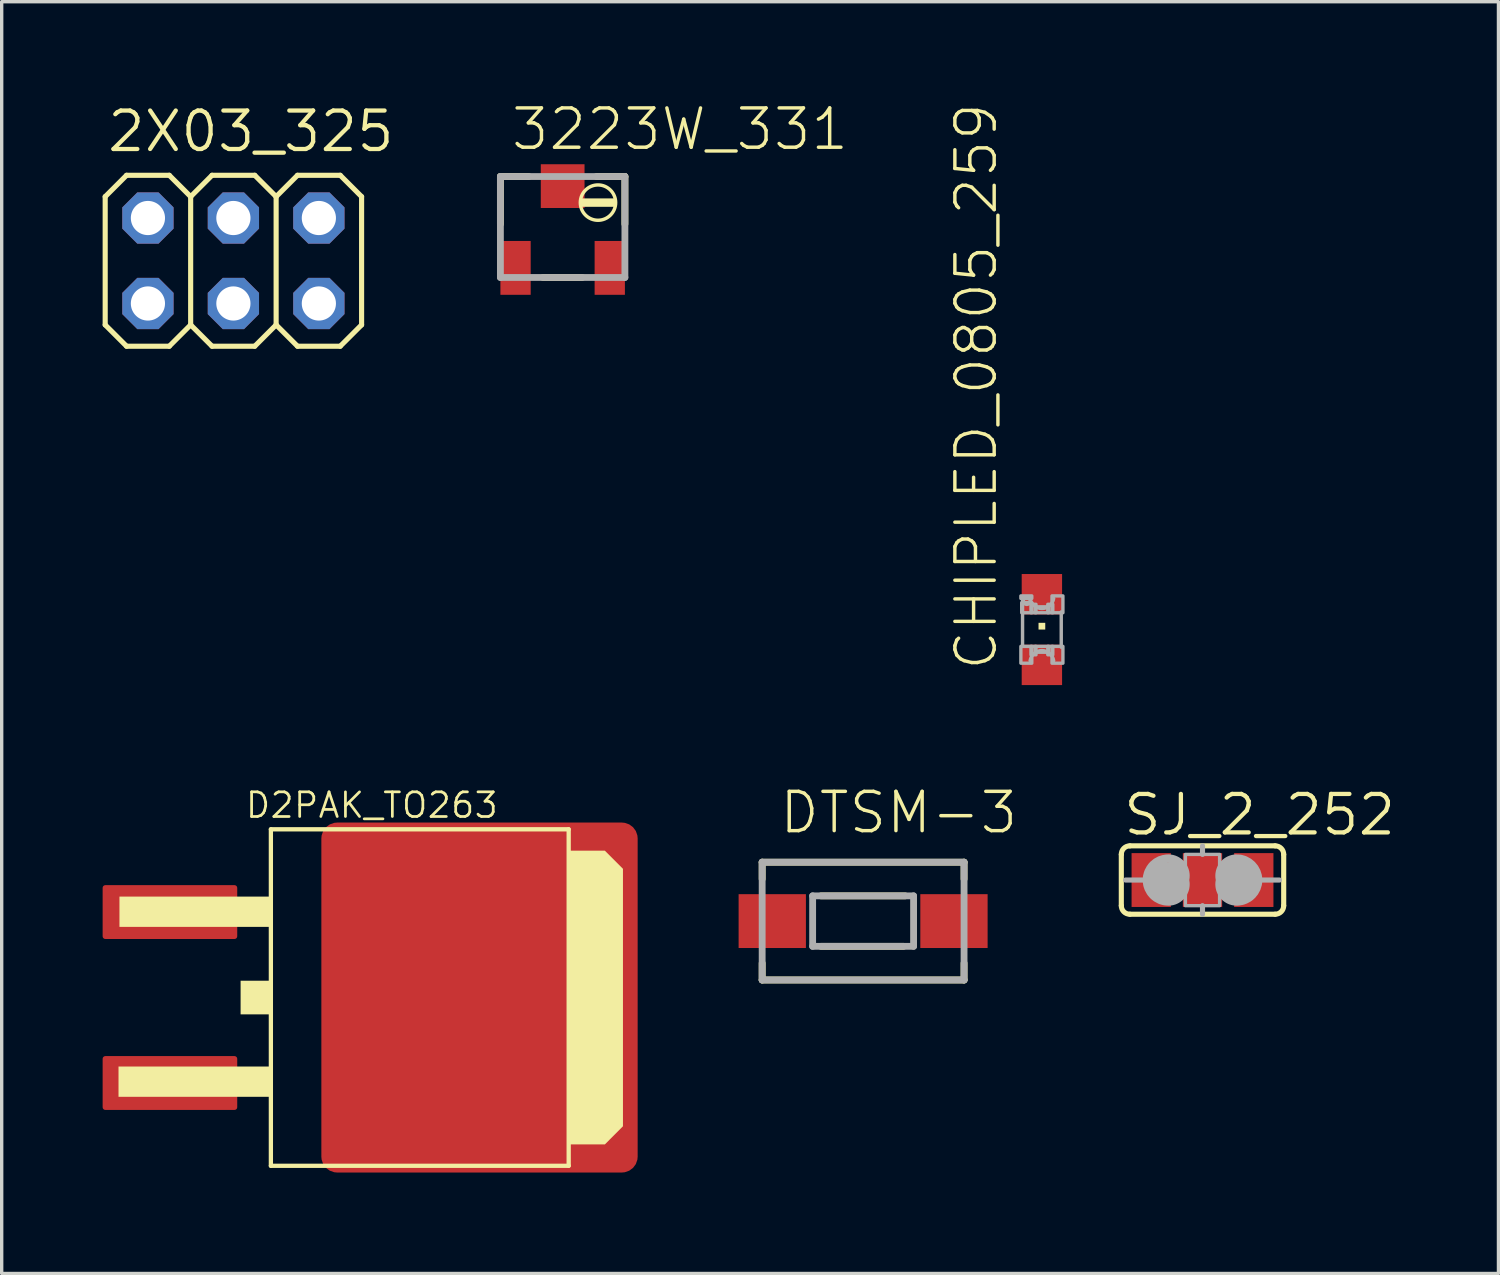
<source format=kicad_pcb>
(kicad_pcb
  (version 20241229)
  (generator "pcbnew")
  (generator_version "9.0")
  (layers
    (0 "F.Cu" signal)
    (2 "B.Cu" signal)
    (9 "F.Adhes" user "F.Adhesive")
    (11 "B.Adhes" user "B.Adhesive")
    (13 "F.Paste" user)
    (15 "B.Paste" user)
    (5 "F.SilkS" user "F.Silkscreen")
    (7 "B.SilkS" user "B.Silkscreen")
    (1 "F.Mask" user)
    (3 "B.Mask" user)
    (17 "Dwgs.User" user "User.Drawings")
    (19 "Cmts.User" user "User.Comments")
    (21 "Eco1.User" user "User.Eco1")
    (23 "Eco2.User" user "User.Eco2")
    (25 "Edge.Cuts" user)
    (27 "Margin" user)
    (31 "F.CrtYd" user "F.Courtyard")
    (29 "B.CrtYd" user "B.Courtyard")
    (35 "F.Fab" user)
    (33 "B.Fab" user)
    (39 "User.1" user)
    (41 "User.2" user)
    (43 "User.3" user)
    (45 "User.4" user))
  (footprint "2X03_325"
    (layer "F.Cu")
    (at 3.886 4.699)
    (property "Reference" "2X03_325" (at -3.81 -3.175 0) (unlocked yes) (layer "F.SilkS") (effects (font (size 1.143 1.143) (thickness 0.127)) (justify left bottom)))
    (fp_line (start -3.81 -1.905) (end -3.175 -2.54) (stroke (width 0.152) (type solid)) (layer "F.SilkS"))
    (fp_line (start -3.81 1.905) (end -3.81 -1.905) (stroke (width 0.152) (type solid)) (layer "F.SilkS"))
    (fp_line (start -3.81 1.905) (end -3.175 2.54) (stroke (width 0.152) (type solid)) (layer "F.SilkS"))
    (fp_line (start -3.175 -2.54) (end -1.905 -2.54) (stroke (width 0.152) (type solid)) (layer "F.SilkS"))
    (fp_line (start -3.175 2.54) (end -1.905 2.54) (stroke (width 0.152) (type solid)) (layer "F.SilkS"))
    (fp_line (start -1.905 -2.54) (end -1.27 -1.905) (stroke (width 0.152) (type solid)) (layer "F.SilkS"))
    (fp_line (start -1.905 2.54) (end -1.27 1.905) (stroke (width 0.152) (type solid)) (layer "F.SilkS"))
    (fp_line (start -1.27 -1.905) (end -1.27 1.905) (stroke (width 0.152) (type solid)) (layer "F.SilkS"))
    (fp_line (start -1.27 -1.905) (end -0.635 -2.54) (stroke (width 0.152) (type solid)) (layer "F.SilkS"))
    (fp_line (start -1.27 1.905) (end -0.635 2.54) (stroke (width 0.152) (type solid)) (layer "F.SilkS"))
    (fp_line (start -0.635 -2.54) (end 0.635 -2.54) (stroke (width 0.152) (type solid)) (layer "F.SilkS"))
    (fp_line (start -0.635 2.54) (end 0.635 2.54) (stroke (width 0.152) (type solid)) (layer "F.SilkS"))
    (fp_line (start 0.635 -2.54) (end 1.27 -1.905) (stroke (width 0.152) (type solid)) (layer "F.SilkS"))
    (fp_line (start 0.635 2.54) (end 1.27 1.905) (stroke (width 0.152) (type solid)) (layer "F.SilkS"))
    (fp_line (start 1.27 -1.905) (end 1.27 1.905) (stroke (width 0.152) (type solid)) (layer "F.SilkS"))
    (fp_line (start 1.27 -1.905) (end 1.905 -2.54) (stroke (width 0.152) (type solid)) (layer "F.SilkS"))
    (fp_line (start 1.27 1.905) (end 1.905 2.54) (stroke (width 0.152) (type solid)) (layer "F.SilkS"))
    (fp_line (start 1.905 -2.54) (end 3.175 -2.54) (stroke (width 0.152) (type solid)) (layer "F.SilkS"))
    (fp_line (start 1.905 2.54) (end 3.175 2.54) (stroke (width 0.152) (type solid)) (layer "F.SilkS"))
    (fp_line (start 3.175 -2.54) (end 3.81 -1.905) (stroke (width 0.152) (type solid)) (layer "F.SilkS"))
    (fp_line (start 3.175 2.54) (end 3.81 1.905) (stroke (width 0.152) (type solid)) (layer "F.SilkS"))
    (fp_line (start 3.81 -1.905) (end 3.81 1.905) (stroke (width 0.152) (type solid)) (layer "F.SilkS"))
    (fp_poly (pts (xy -2.794 -1.016) (xy -2.286 -1.016) (xy -2.286 -1.524) (xy -2.794 -1.524)) (stroke (width 0.1) (type default)) (fill no) (layer "F.Fab"))
    (fp_poly (pts (xy -2.794 1.524) (xy -2.286 1.524) (xy -2.286 1.016) (xy -2.794 1.016)) (stroke (width 0.1) (type default)) (fill no) (layer "F.Fab"))
    (fp_poly (pts (xy -0.254 -1.016) (xy 0.254 -1.016) (xy 0.254 -1.524) (xy -0.254 -1.524)) (stroke (width 0.1) (type default)) (fill no) (layer "F.Fab"))
    (fp_poly (pts (xy -0.254 1.524) (xy 0.254 1.524) (xy 0.254 1.016) (xy -0.254 1.016)) (stroke (width 0.1) (type default)) (fill no) (layer "F.Fab"))
    (fp_poly (pts (xy 2.286 -1.016) (xy 2.794 -1.016) (xy 2.794 -1.524) (xy 2.286 -1.524)) (stroke (width 0.1) (type default)) (fill no) (layer "F.Fab"))
    (fp_poly (pts (xy 2.286 1.524) (xy 2.794 1.524) (xy 2.794 1.016) (xy 2.286 1.016)) (stroke (width 0.1) (type default)) (fill no) (layer "F.Fab"))
    (pad "1" thru_hole roundrect (at -2.54 1.27) (size 1.524 1.524) (drill 1.016) (layers "*.Cu" "*.Mask") (roundrect_rratio 0.25) (chamfer_ratio 0.293) (chamfer top_left top_right bottom_left bottom_right))
    (pad "2" thru_hole roundrect (at -2.54 -1.27) (size 1.524 1.524) (drill 1.016) (layers "*.Cu" "*.Mask") (roundrect_rratio 0.25) (chamfer_ratio 0.293) (chamfer top_left top_right bottom_left bottom_right))
    (pad "3" thru_hole roundrect (at 0 1.27) (size 1.524 1.524) (drill 1.016) (layers "*.Cu" "*.Mask") (roundrect_rratio 0.25) (chamfer_ratio 0.293) (chamfer top_left top_right bottom_left bottom_right))
    (pad "4" thru_hole roundrect (at 0 -1.27) (size 1.524 1.524) (drill 1.016) (layers "*.Cu" "*.Mask") (roundrect_rratio 0.25) (chamfer_ratio 0.293) (chamfer top_left top_right bottom_left bottom_right))
    (pad "5" thru_hole roundrect (at 2.54 1.27) (size 1.524 1.524) (drill 1.016) (layers "*.Cu" "*.Mask") (roundrect_rratio 0.25) (chamfer_ratio 0.293) (chamfer top_left top_right bottom_left bottom_right))
    (pad "6" thru_hole roundrect (at 2.54 -1.27) (size 1.524 1.524) (drill 1.016) (layers "*.Cu" "*.Mask") (roundrect_rratio 0.25) (chamfer_ratio 0.293) (chamfer top_left top_right bottom_left bottom_right)))
  (footprint "SJ_2_252"
    (layer "F.Cu")
    (at 32.686 23.103)
    (property "Reference" "SJ_2_252" (at -2.413 -1.27 0) (unlocked yes) (layer "F.SilkS") (effects (font (size 1.143 1.143) (thickness 0.127)) (justify left bottom)))
    (fp_line (start -2.413 0.762) (end -2.413 -0.762) (stroke (width 0.152) (type solid)) (layer "F.SilkS"))
    (fp_line (start -2.159 -1.016) (end 2.159 -1.016) (stroke (width 0.152) (type solid)) (layer "F.SilkS"))
    (fp_line (start 2.159 1.016) (end -2.159 1.016) (stroke (width 0.152) (type solid)) (layer "F.SilkS"))
    (fp_line (start 2.413 0.762) (end 2.413 -0.762) (stroke (width 0.152) (type solid)) (layer "F.SilkS"))
    (fp_arc (start -2.413 -0.762) (mid -2.338605 -0.941605) (end -2.159 -1.016) (stroke (width 0.1524) (type solid)) (layer "F.SilkS"))
    (fp_arc (start -2.159 1.016) (mid -2.338605 0.941605) (end -2.413 0.762) (stroke (width 0.1524) (type solid)) (layer "F.SilkS"))
    (fp_arc (start 2.159 -1.016) (mid 2.338605 -0.941605) (end 2.413 -0.762) (stroke (width 0.1524) (type solid)) (layer "F.SilkS"))
    (fp_arc (start 2.413 0.762) (mid 2.338605 0.941605) (end 2.159 1.016) (stroke (width 0.1524) (type solid)) (layer "F.SilkS"))
    (fp_line (start -1.778 0) (end -2.286 0) (stroke (width 0.152) (type solid)) (layer "F.Fab"))
    (fp_line (start 0 -0.762) (end 0 -1.016) (stroke (width 0.152) (type solid)) (layer "F.Fab"))
    (fp_line (start 0 1.016) (end 0 0.762) (stroke (width 0.152) (type solid)) (layer "F.Fab"))
    (fp_line (start 1.778 0) (end 2.286 0) (stroke (width 0.152) (type solid)) (layer "F.Fab"))
    (fp_arc (start -1.016 0.127) (mid -1.143 0) (end -1.016 -0.127) (stroke (width 1.27) (type solid)) (layer "F.Fab"))
    (fp_arc (start 1.016 -0.127) (mid 1.143 0) (end 1.016 0.127) (stroke (width 1.27) (type solid)) (layer "F.Fab"))
    (fp_poly (pts (xy -0.508 0.762) (xy 0.508 0.762) (xy 0.508 -0.762) (xy -0.508 -0.762)) (stroke (width 0.1) (type default)) (fill no) (layer "F.Fab"))
    (pad "1" smd rect (at -1.524 0) (size 1.168 1.6) (layers "F.Cu" "F.Mask" "F.Paste"))
    (pad "2" smd rect (at 0 0) (size 1.168 1.6) (layers "F.Cu" "F.Mask" "F.Paste"))
    (pad "3" smd rect (at 1.524 0) (size 1.168 1.6) (layers "F.Cu" "F.Mask" "F.Paste")))
  (footprint "CHIPLED_0805_259"
    (layer "F.Cu")
    (at 27.913 15.659)
    (property "Reference" "CHIPLED_0805_259" (at -1.27 1.27 90) (unlocked yes) (layer "F.SilkS") (effects (font (size 1.168 1.168) (thickness 0.102)) (justify left bottom)))
    (fp_poly (pts (xy -0.1 0) (xy 0.1 0) (xy 0.1 -0.2) (xy -0.1 -0.2)) (stroke (width 0) (type default)) (fill yes) (layer "F.SilkS"))
    (fp_line (start -0.575 0.5) (end -0.575 -0.925) (stroke (width 0.102) (type solid)) (layer "F.Fab"))
    (fp_line (start 0.575 -0.525) (end 0.575 0.525) (stroke (width 0.102) (type solid)) (layer "F.Fab"))
    (fp_arc (start -0.35 0.925) (mid -0.000001 0.625027) (end 0.35 0.924998) (stroke (width 0.1016) (type solid)) (layer "F.Fab"))
    (fp_arc (start 0.35 -0.924998) (mid -0.000001 -0.625027) (end -0.35 -0.925) (stroke (width 0.1016) (type solid)) (layer "F.Fab"))
    (fp_circle (center -0.45 -0.85) (end -0.347 -0.85) (stroke (width 0.102) (type solid)) (fill no) (layer "F.Fab"))
    (fp_poly (pts (xy -0.625 -0.925) (xy -0.3 -0.925) (xy -0.3 -1) (xy -0.625 -1)) (stroke (width 0.1) (type default)) (fill no) (layer "F.Fab"))
    (fp_poly (pts (xy -0.625 1) (xy -0.3 1) (xy -0.3 0.5) (xy -0.625 0.5)) (stroke (width 0.1) (type default)) (fill no) (layer "F.Fab"))
    (fp_poly (pts (xy -0.6 -0.5) (xy -0.3 -0.5) (xy -0.3 -0.8) (xy -0.6 -0.8)) (stroke (width 0.1) (type default)) (fill no) (layer "F.Fab"))
    (fp_poly (pts (xy -0.325 -0.5) (xy -0.175 -0.5) (xy -0.175 -0.75) (xy -0.325 -0.75)) (stroke (width 0.1) (type default)) (fill no) (layer "F.Fab"))
    (fp_poly (pts (xy -0.325 0.75) (xy -0.175 0.75) (xy -0.175 0.5) (xy -0.325 0.5)) (stroke (width 0.1) (type default)) (fill no) (layer "F.Fab"))
    (fp_poly (pts (xy -0.2 -0.5) (xy 0.2 -0.5) (xy 0.2 -0.675) (xy -0.2 -0.675)) (stroke (width 0.1) (type default)) (fill no) (layer "F.Fab"))
    (fp_poly (pts (xy -0.2 0.675) (xy 0.2 0.675) (xy 0.2 0.5) (xy -0.2 0.5)) (stroke (width 0.1) (type default)) (fill no) (layer "F.Fab"))
    (fp_poly (pts (xy 0.175 -0.5) (xy 0.325 -0.5) (xy 0.325 -0.75) (xy 0.175 -0.75)) (stroke (width 0.1) (type default)) (fill no) (layer "F.Fab"))
    (fp_poly (pts (xy 0.175 0.75) (xy 0.325 0.75) (xy 0.325 0.5) (xy 0.175 0.5)) (stroke (width 0.1) (type default)) (fill no) (layer "F.Fab"))
    (fp_poly (pts (xy 0.3 -0.5) (xy 0.625 -0.5) (xy 0.625 -1) (xy 0.3 -1)) (stroke (width 0.1) (type default)) (fill no) (layer "F.Fab"))
    (fp_poly (pts (xy 0.3 1) (xy 0.625 1) (xy 0.625 0.5) (xy 0.3 0.5)) (stroke (width 0.1) (type default)) (fill no) (layer "F.Fab"))
    (pad "A" smd rect (at 0 1.05) (size 1.2 1.2) (layers "F.Cu" "F.Mask" "F.Paste"))
    (pad "C" smd rect (at 0 -1.05) (size 1.2 1.2) (layers "F.Cu" "F.Mask" "F.Paste")))
  (footprint "DTSM-3"
    (layer "F.Cu")
    (at 22.6 24.323)
    (property "Reference" "DTSM-3" (at -2.54 -2.54 0) (unlocked yes) (layer "F.SilkS") (effects (font (size 1.168 1.168) (thickness 0.102)) (justify left bottom)))
    (fp_line (start -3 -1.75) (end -3 -1.25) (stroke (width 0.203) (type solid)) (layer "F.SilkS"))
    (fp_line (start -3 -1.75) (end 3 -1.75) (stroke (width 0.203) (type solid)) (layer "F.SilkS"))
    (fp_line (start -3 1.75) (end -3 1.25) (stroke (width 0.203) (type solid)) (layer "F.SilkS"))
    (fp_line (start -1.25 -0.75) (end 1.25 -0.75) (stroke (width 0.203) (type solid)) (layer "F.SilkS"))
    (fp_line (start -1.25 0.75) (end 1.2 0.75) (stroke (width 0.203) (type solid)) (layer "F.SilkS"))
    (fp_line (start 3 -1.75) (end 3 -1.25) (stroke (width 0.203) (type solid)) (layer "F.SilkS"))
    (fp_line (start 3 1.25) (end 3 1.75) (stroke (width 0.203) (type solid)) (layer "F.SilkS"))
    (fp_line (start 3 1.75) (end -3 1.75) (stroke (width 0.203) (type solid)) (layer "F.SilkS"))
    (fp_line (start -3 -1.75) (end 3 -1.75) (stroke (width 0.203) (type solid)) (layer "F.Fab"))
    (fp_line (start -3 1.75) (end -3 -1.75) (stroke (width 0.203) (type solid)) (layer "F.Fab"))
    (fp_line (start -1.5 -0.75) (end 1.5 -0.75) (stroke (width 0.203) (type solid)) (layer "F.Fab"))
    (fp_line (start -1.5 0.75) (end -1.5 -0.75) (stroke (width 0.203) (type solid)) (layer "F.Fab"))
    (fp_line (start 1.5 -0.75) (end 1.5 0.75) (stroke (width 0.203) (type solid)) (layer "F.Fab"))
    (fp_line (start 1.5 0.75) (end -1.5 0.75) (stroke (width 0.203) (type solid)) (layer "F.Fab"))
    (fp_line (start 3 -1.75) (end 3 1.75) (stroke (width 0.203) (type solid)) (layer "F.Fab"))
    (fp_line (start 3 1.75) (end -3 1.75) (stroke (width 0.203) (type solid)) (layer "F.Fab"))
    (pad "1" smd rect (at -2.7 0) (size 2 1.6) (layers "F.Cu" "F.Mask" "F.Paste"))
    (pad "2" smd rect (at 2.7 0) (size 2 1.6) (layers "F.Cu" "F.Mask" "F.Paste")))
  (footprint "D2PAK_TO263"
    (layer "F.Cu")
    (at 8 26.595)
    (property "Reference" "D2PAK_TO263" (at 0 -5.715 0) (unlocked yes) (layer "F.SilkS") (effects (font (size 0.732 0.732) (thickness 0.081))))
    (fp_line (start -3 -5) (end 5.85 -5) (stroke (width 0.127) (type solid)) (layer "F.SilkS"))
    (fp_line (start -3 5) (end -3 -5) (stroke (width 0.127) (type solid)) (layer "F.SilkS"))
    (fp_line (start 5.85 -5) (end 5.85 5) (stroke (width 0.127) (type solid)) (layer "F.SilkS"))
    (fp_line (start 5.85 5) (end -3 5) (stroke (width 0.127) (type solid)) (layer "F.SilkS"))
    (fp_poly (pts (xy -7.528 2.05) (xy -7.528 2.95) (xy -3 2.95) (xy -3 2.05)) (stroke (width 0) (type default)) (fill yes) (layer "F.SilkS"))
    (fp_poly (pts (xy -7.5 -3) (xy -7.5 -2.1) (xy -3 -2.1) (xy -3 -3)) (stroke (width 0) (type default)) (fill yes) (layer "F.SilkS"))
    (fp_poly (pts (xy -3.9 -0.5) (xy -3.9 0.5) (xy -3 0.5) (xy -3 -0.5)) (stroke (width 0) (type default)) (fill yes) (layer "F.SilkS"))
    (fp_poly (pts (xy 7.463 -3.826) (xy 7.463 3.826) (xy 6.926 4.364) (xy 5.837 4.364) (xy 5.837 -4.364) (xy 6.926 -4.364)) (stroke (width 0) (type default)) (fill yes) (layer "F.SilkS"))
    (pad "1" smd roundrect (at -6 -2.54 270) (size 1.6 4) (layers "F.Cu" "F.Mask" "F.Paste") (roundrect_rratio 0.05))
    (pad "2" smd roundrect (at 3.2 0 270) (size 10.4 9.4) (layers "F.Cu" "F.Mask" "F.Paste") (roundrect_rratio 0.05))
    (pad "3" smd roundrect (at -6 2.54 270) (size 1.6 4) (layers "F.Cu" "F.Mask" "F.Paste") (roundrect_rratio 0.05)))
  (footprint "3223W_331"
    (layer "F.Cu")
    (at 13.671 3.696)
    (property "Reference" "3223W_331" (at -1.587 -2.223 0) (unlocked yes) (layer "F.SilkS") (effects (font (size 1.168 1.168) (thickness 0.102)) (justify left bottom)))
    (fp_line (start -1.85 -1.5) (end -1.008 -1.5) (stroke (width 0.203) (type solid)) (layer "F.SilkS"))
    (fp_line (start -1.85 -0.087) (end -1.85 -1.5) (stroke (width 0.203) (type solid)) (layer "F.SilkS"))
    (fp_line (start 0.58 1.5) (end -0.58 1.5) (stroke (width 0.203) (type solid)) (layer "F.SilkS"))
    (fp_line (start 1.008 -1.5) (end 1.85 -1.5) (stroke (width 0.203) (type solid)) (layer "F.SilkS"))
    (fp_line (start 1.85 -1.5) (end 1.85 -0.087) (stroke (width 0.203) (type solid)) (layer "F.SilkS"))
    (fp_circle (center 1.05 -0.725) (end 1.575 -0.725) (stroke (width 0.102) (type solid)) (fill no) (layer "F.SilkS"))
    (fp_poly (pts (xy 0.55 -0.6) (xy 1.55 -0.6) (xy 1.55 -0.85) (xy 0.55 -0.85)) (stroke (width 0) (type default)) (fill yes) (layer "F.SilkS"))
    (fp_line (start -1.85 -1.5) (end 1.85 -1.5) (stroke (width 0.203) (type solid)) (layer "F.Fab"))
    (fp_line (start -1.85 1.5) (end -1.85 -1.5) (stroke (width 0.203) (type solid)) (layer "F.Fab"))
    (fp_line (start 1.85 -1.5) (end 1.85 1.5) (stroke (width 0.203) (type solid)) (layer "F.Fab"))
    (fp_line (start 1.85 1.5) (end -1.85 1.5) (stroke (width 0.203) (type solid)) (layer "F.Fab"))
    (pad "1" smd rect (at -1.4 1.215) (size 0.9 1.6) (layers "F.Cu" "F.Mask" "F.Paste"))
    (pad "2" smd rect (at 0 -1.215) (size 1.3 1.3) (layers "F.Cu" "F.Mask" "F.Paste"))
    (pad "3" smd rect (at 1.4 1.215) (size 0.9 1.6) (layers "F.Cu" "F.Mask" "F.Paste")))
  (gr_rect
    (start -3 -3)
    (end 41.481 34.795)
    (stroke (width 0.1) (type default))
    (fill no)
    (layer "Edge.Cuts")))
</source>
